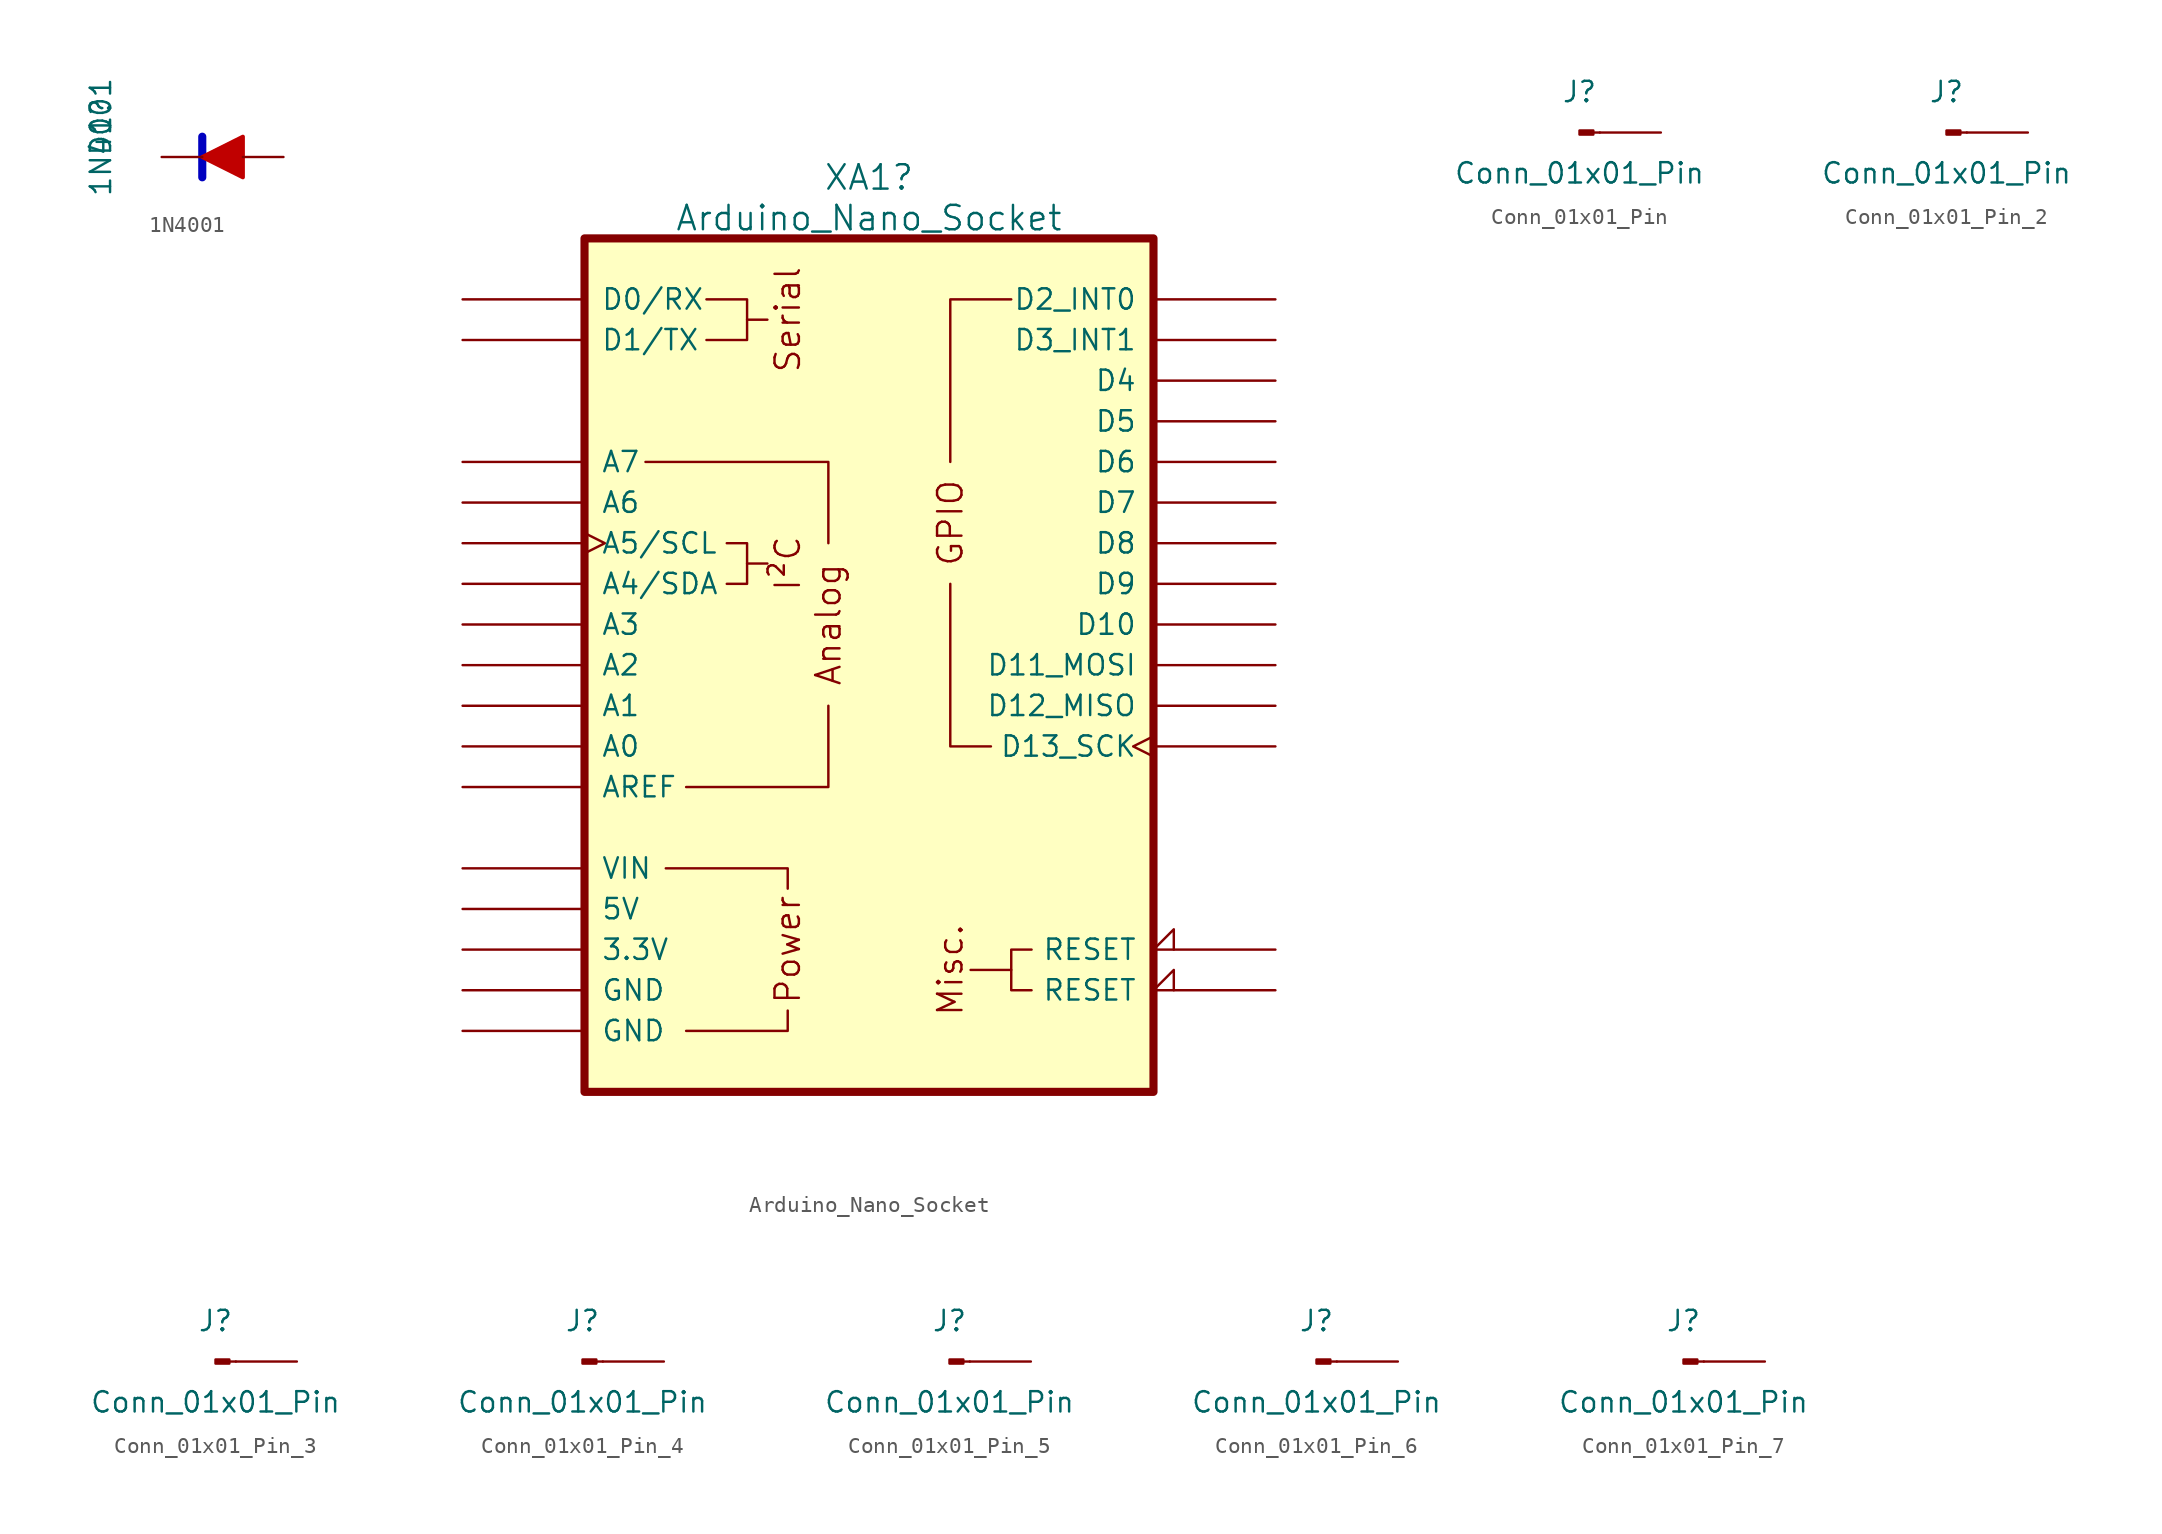
<source format=kicad_sym>
(kicad_symbol_lib
  (version 20231120)
  (generator "kicad_symbol_editor")
  (generator_version "8.0")
  (symbol "1N4001"
    (pin_numbers hide)
    (pin_names hide)
    (property "Reference" "D1"
      (at -7.62 0 90)
      (effects (font (size 1.27 1.27)) (justify left)))
    (property "Value" "1N4001"
      (at -7.62 -2.54 90)
      (effects (font (size 1.27 1.27)) (justify left)))
    (symbol "1N4001_0_1"
      (polyline (pts (xy 1.27 0) (xy -1.27 0)) (stroke (width 0) (type default)) (fill (type none))))
    (symbol "1N4001_1_1"
      (polyline (pts (xy -1.27 1.27) (xy -1.27 -1.27)) (stroke (width 0.508) (type default) (color 0 0 192 1)) (fill (type none)))
      (polyline (pts (xy 1.27 1.27) (xy 1.27 -1.27) (xy -1.27 0) (xy 1.27 1.27)) (stroke (width 0.254) (type default) (color 192 0 0 1)) (fill (type outline)))
      (pin passive line (at -3.81 0 0) (length 2.54) (name "K" (effects (font (size 1.27 1.27)))) (number "1" (effects (font (size 1.27 1.27)))))
      (pin passive line (at 3.81 0 180) (length 2.54) (name "A" (effects (font (size 1.27 1.27)))) (number "2" (effects (font (size 1.27 1.27)))))))
  (symbol "Arduino_Nano_Socket"
    (pin_numbers hide)
    (pin_names
      (offset 1.016))
    (property "Reference" "XA1"
      (at 0 30.48 0)
      (effects (font (size 1.524 1.524))))
    (property "Value" "Arduino_Nano_Socket"
      (at 0 27.94 0)
      (effects (font (size 1.524 1.524))))
    (symbol "Arduino_Nano_Socket_0_0"
      (polyline (pts (xy -7.62 6.35) (xy -6.35 6.35)) (stroke (width 0) (type default)) (fill (type none)))
      (polyline (pts (xy -7.62 21.59) (xy -6.35 21.59)) (stroke (width 0) (type default)) (fill (type none)))
      (polyline (pts (xy 8.89 -19.05) (xy 6.35 -19.05)) (stroke (width 0) (type default)) (fill (type none)))
      (polyline (pts (xy -11.43 -22.86) (xy -5.08 -22.86) (xy -5.08 -21.59)) (stroke (width 0) (type default)) (fill (type none)))
      (polyline (pts (xy -5.08 -13.97) (xy -5.08 -12.7) (xy -12.7 -12.7)) (stroke (width 0) (type default)) (fill (type none)))
      (polyline (pts (xy -10.16 22.86) (xy -7.62 22.86) (xy -7.62 20.32) (xy -10.16 20.32)) (stroke (width 0) (type default)) (fill (type none)))
      (polyline (pts (xy -8.89 7.62) (xy -7.62 7.62) (xy -7.62 5.08) (xy -8.89 5.08)) (stroke (width 0) (type default)) (fill (type none)))
      (text "Analog" (at -2.54 2.54 900) (effects (font (size 1.524 1.524))))
      (text "I²C" (at -5.08 6.35 900) (effects (font (size 1.524 1.524))))
      (text "Misc." (at 5.08 -19.05 900) (effects (font (size 1.524 1.524))))
      (text "Power" (at -5.08 -17.78 900) (effects (font (size 1.524 1.524))))
      (text "Serial" (at -5.08 21.59 900) (effects (font (size 1.524 1.524)))))
    (symbol "Arduino_Nano_Socket_0_1"
      (polyline (pts (xy -13.97 12.7) (xy -2.54 12.7) (xy -2.54 7.62)) (stroke (width 0) (type default)) (fill (type none)))
      (polyline (pts (xy -11.43 -7.62) (xy -2.54 -7.62) (xy -2.54 -2.54)) (stroke (width 0) (type default)) (fill (type none)))
      (polyline (pts (xy 7.62 -5.08) (xy 5.08 -5.08) (xy 5.08 5.08)) (stroke (width 0) (type default)) (fill (type none)))
      (polyline (pts (xy 8.89 22.86) (xy 5.08 22.86) (xy 5.08 12.7)) (stroke (width 0) (type default)) (fill (type none)))
      (polyline (pts (xy 10.16 -17.78) (xy 8.89 -17.78) (xy 8.89 -20.32) (xy 10.16 -20.32)) (stroke (width 0) (type default)) (fill (type none))))
    (symbol "Arduino_Nano_Socket_1_0"
      (rectangle (start -17.78 26.67) (end 17.78 -26.67) (stroke (width 0.508) (type default)) (fill (type background)))
      (text "GPIO" (at 5.08 8.89 900) (effects (font (size 1.524 1.524)))))
    (symbol "Arduino_Nano_Socket_1_1"
      (pin power_out line (at -25.4 -17.78 0) (length 7.62) (name "3.3V" (effects (font (size 1.27 1.27)))) (number "3V3" (effects (font (size 1.27 1.27)))))
      (pin power_in line (at -25.4 -15.24 0) (length 7.62) (name "5V" (effects (font (size 1.27 1.27)))) (number "5V" (effects (font (size 1.27 1.27)))))
      (pin bidirectional line (at -25.4 -5.08 0) (length 7.62) (name "A0" (effects (font (size 1.27 1.27)))) (number "A0" (effects (font (size 1.27 1.27)))))
      (pin bidirectional line (at -25.4 -2.54 0) (length 7.62) (name "A1" (effects (font (size 1.27 1.27)))) (number "A1" (effects (font (size 1.27 1.27)))))
      (pin bidirectional line (at -25.4 0 0) (length 7.62) (name "A2" (effects (font (size 1.27 1.27)))) (number "A2" (effects (font (size 1.27 1.27)))))
      (pin bidirectional line (at -25.4 2.54 0) (length 7.62) (name "A3" (effects (font (size 1.27 1.27)))) (number "A3" (effects (font (size 1.27 1.27)))))
      (pin bidirectional line (at -25.4 5.08 0) (length 7.62) (name "A4/SDA" (effects (font (size 1.27 1.27)))) (number "A4" (effects (font (size 1.27 1.27)))))
      (pin bidirectional clock (at -25.4 7.62 0) (length 7.62) (name "A5/SCL" (effects (font (size 1.27 1.27)))) (number "A5" (effects (font (size 1.27 1.27)))))
      (pin input line (at -25.4 10.16 0) (length 7.62) (name "A6" (effects (font (size 1.27 1.27)))) (number "A6" (effects (font (size 1.27 1.27)))))
      (pin input line (at -25.4 12.7 0) (length 7.62) (name "A7" (effects (font (size 1.27 1.27)))) (number "A7" (effects (font (size 1.27 1.27)))))
      (pin input line (at -25.4 -7.62 0) (length 7.62) (name "AREF" (effects (font (size 1.27 1.27)))) (number "AREF" (effects (font (size 1.27 1.27)))))
      (pin bidirectional line (at -25.4 22.86 0) (length 7.62) (name "D0/RX" (effects (font (size 1.27 1.27)))) (number "D0" (effects (font (size 1.27 1.27)))))
      (pin bidirectional line (at -25.4 20.32 0) (length 7.62) (name "D1/TX" (effects (font (size 1.27 1.27)))) (number "D1" (effects (font (size 1.27 1.27)))))
      (pin bidirectional line (at 25.4 2.54 180) (length 7.62) (name "D10" (effects (font (size 1.27 1.27)))) (number "D10" (effects (font (size 1.27 1.27)))))
      (pin bidirectional line (at 25.4 0 180) (length 7.62) (name "D11_MOSI" (effects (font (size 1.27 1.27)))) (number "D11" (effects (font (size 1.27 1.27)))))
      (pin bidirectional line (at 25.4 -2.54 180) (length 7.62) (name "D12_MISO" (effects (font (size 1.27 1.27)))) (number "D12" (effects (font (size 1.27 1.27)))))
      (pin bidirectional clock (at 25.4 -5.08 180) (length 7.62) (name "D13_SCK" (effects (font (size 1.27 1.27)))) (number "D13" (effects (font (size 1.27 1.27)))))
      (pin bidirectional line (at 25.4 22.86 180) (length 7.62) (name "D2_INT0" (effects (font (size 1.27 1.27)))) (number "D2" (effects (font (size 1.27 1.27)))))
      (pin bidirectional line (at 25.4 20.32 180) (length 7.62) (name "D3_INT1" (effects (font (size 1.27 1.27)))) (number "D3" (effects (font (size 1.27 1.27)))))
      (pin bidirectional line (at 25.4 17.78 180) (length 7.62) (name "D4" (effects (font (size 1.27 1.27)))) (number "D4" (effects (font (size 1.27 1.27)))))
      (pin bidirectional line (at 25.4 15.24 180) (length 7.62) (name "D5" (effects (font (size 1.27 1.27)))) (number "D5" (effects (font (size 1.27 1.27)))))
      (pin bidirectional line (at 25.4 12.7 180) (length 7.62) (name "D6" (effects (font (size 1.27 1.27)))) (number "D6" (effects (font (size 1.27 1.27)))))
      (pin bidirectional line (at 25.4 10.16 180) (length 7.62) (name "D7" (effects (font (size 1.27 1.27)))) (number "D7" (effects (font (size 1.27 1.27)))))
      (pin bidirectional line (at 25.4 7.62 180) (length 7.62) (name "D8" (effects (font (size 1.27 1.27)))) (number "D8" (effects (font (size 1.27 1.27)))))
      (pin bidirectional line (at 25.4 5.08 180) (length 7.62) (name "D9" (effects (font (size 1.27 1.27)))) (number "D9" (effects (font (size 1.27 1.27)))))
      (pin power_in line (at -25.4 -20.32 0) (length 7.62) (name "GND" (effects (font (size 1.27 1.27)))) (number "GND1" (effects (font (size 1.27 1.27)))))
      (pin power_in line (at -25.4 -22.86 0) (length 7.62) (name "GND" (effects (font (size 1.27 1.27)))) (number "GND2" (effects (font (size 1.27 1.27)))))
      (pin open_collector input_low (at 25.4 -17.78 180) (length 7.62) (name "RESET" (effects (font (size 1.27 1.27)))) (number "RST1" (effects (font (size 1.27 1.27)))))
      (pin open_collector input_low (at 25.4 -20.32 180) (length 7.62) (name "RESET" (effects (font (size 1.27 1.27)))) (number "RST2" (effects (font (size 1.27 1.27)))))
      (pin power_in line (at -25.4 -12.7 0) (length 7.62) (name "VIN" (effects (font (size 1.27 1.27)))) (number "VIN" (effects (font (size 1.27 1.27)))))))
  (symbol "Conn_01x01_Pin"
    (pin_numbers hide)
    (pin_names
      (offset 1.016) hide)
    (property "Reference" "J"
      (at 0 2.54 0)
      (effects (font (size 1.27 1.27))))
    (property "Value" "Conn_01x01_Pin"
      (at 0 -2.54 0)
      (effects (font (size 1.27 1.27))))
    (property "ki_locked" ""
      (at 0 0 0)
      (effects (font (size 1.27 1.27))))
    (symbol "Conn_01x01_Pin_1_1"
      (polyline (pts (xy 1.27 0) (xy 0.864 0)) (stroke (width 0.152) (type default)) (fill (type none)))
      (rectangle (start 0.864 0.127) (end 0 -0.127) (stroke (width 0.152) (type default)) (fill (type outline)))
      (pin passive line (at 5.08 0 180) (length 3.81) (name "Pin_1" (effects (font (size 1.27 1.27)))) (number "1" (effects (font (size 1.27 1.27)))))))
  (symbol "Conn_01x01_Pin_2"
    (pin_numbers hide)
    (pin_names
      (offset 1.016) hide)
    (property "Reference" "J"
      (at 0 2.54 0)
      (effects (font (size 1.27 1.27))))
    (property "Value" "Conn_01x01_Pin"
      (at 0 -2.54 0)
      (effects (font (size 1.27 1.27))))
    (property "ki_locked" ""
      (at 0 0 0)
      (effects (font (size 1.27 1.27))))
    (symbol "Conn_01x01_Pin_2_1_1"
      (polyline (pts (xy 1.27 0) (xy 0.864 0)) (stroke (width 0.152) (type default)) (fill (type none)))
      (rectangle (start 0.864 0.127) (end 0 -0.127) (stroke (width 0.152) (type default)) (fill (type outline)))
      (pin passive line (at 5.08 0 180) (length 3.81) (name "Pin_1" (effects (font (size 1.27 1.27)))) (number "1" (effects (font (size 1.27 1.27)))))))
  (symbol "Conn_01x01_Pin_3"
    (pin_numbers hide)
    (pin_names
      (offset 1.016) hide)
    (property "Reference" "J"
      (at 0 2.54 0)
      (effects (font (size 1.27 1.27))))
    (property "Value" "Conn_01x01_Pin"
      (at 0 -2.54 0)
      (effects (font (size 1.27 1.27))))
    (property "ki_locked" ""
      (at 0 0 0)
      (effects (font (size 1.27 1.27))))
    (symbol "Conn_01x01_Pin_3_1_1"
      (polyline (pts (xy 1.27 0) (xy 0.864 0)) (stroke (width 0.152) (type default)) (fill (type none)))
      (rectangle (start 0.864 0.127) (end 0 -0.127) (stroke (width 0.152) (type default)) (fill (type outline)))
      (pin passive line (at 5.08 0 180) (length 3.81) (name "Pin_1" (effects (font (size 1.27 1.27)))) (number "1" (effects (font (size 1.27 1.27)))))))
  (symbol "Conn_01x01_Pin_4"
    (pin_numbers hide)
    (pin_names
      (offset 1.016) hide)
    (property "Reference" "J"
      (at 0 2.54 0)
      (effects (font (size 1.27 1.27))))
    (property "Value" "Conn_01x01_Pin"
      (at 0 -2.54 0)
      (effects (font (size 1.27 1.27))))
    (property "ki_locked" ""
      (at 0 0 0)
      (effects (font (size 1.27 1.27))))
    (symbol "Conn_01x01_Pin_4_1_1"
      (polyline (pts (xy 1.27 0) (xy 0.864 0)) (stroke (width 0.152) (type default)) (fill (type none)))
      (rectangle (start 0.864 0.127) (end 0 -0.127) (stroke (width 0.152) (type default)) (fill (type outline)))
      (pin passive line (at 5.08 0 180) (length 3.81) (name "Pin_1" (effects (font (size 1.27 1.27)))) (number "1" (effects (font (size 1.27 1.27)))))))
  (symbol "Conn_01x01_Pin_5"
    (pin_numbers hide)
    (pin_names
      (offset 1.016) hide)
    (property "Reference" "J"
      (at 0 2.54 0)
      (effects (font (size 1.27 1.27))))
    (property "Value" "Conn_01x01_Pin"
      (at 0 -2.54 0)
      (effects (font (size 1.27 1.27))))
    (property "ki_locked" ""
      (at 0 0 0)
      (effects (font (size 1.27 1.27))))
    (symbol "Conn_01x01_Pin_5_1_1"
      (polyline (pts (xy 1.27 0) (xy 0.864 0)) (stroke (width 0.152) (type default)) (fill (type none)))
      (rectangle (start 0.864 0.127) (end 0 -0.127) (stroke (width 0.152) (type default)) (fill (type outline)))
      (pin passive line (at 5.08 0 180) (length 3.81) (name "Pin_1" (effects (font (size 1.27 1.27)))) (number "1" (effects (font (size 1.27 1.27)))))))
  (symbol "Conn_01x01_Pin_6"
    (pin_numbers hide)
    (pin_names
      (offset 1.016) hide)
    (property "Reference" "J"
      (at 0 2.54 0)
      (effects (font (size 1.27 1.27))))
    (property "Value" "Conn_01x01_Pin"
      (at 0 -2.54 0)
      (effects (font (size 1.27 1.27))))
    (property "ki_locked" ""
      (at 0 0 0)
      (effects (font (size 1.27 1.27))))
    (symbol "Conn_01x01_Pin_6_1_1"
      (polyline (pts (xy 1.27 0) (xy 0.864 0)) (stroke (width 0.152) (type default)) (fill (type none)))
      (rectangle (start 0.864 0.127) (end 0 -0.127) (stroke (width 0.152) (type default)) (fill (type outline)))
      (pin passive line (at 5.08 0 180) (length 3.81) (name "Pin_1" (effects (font (size 1.27 1.27)))) (number "1" (effects (font (size 1.27 1.27)))))))
  (symbol "Conn_01x01_Pin_7"
    (pin_numbers hide)
    (pin_names
      (offset 1.016) hide)
    (property "Reference" "J"
      (at 0 2.54 0)
      (effects (font (size 1.27 1.27))))
    (property "Value" "Conn_01x01_Pin"
      (at 0 -2.54 0)
      (effects (font (size 1.27 1.27))))
    (property "ki_locked" ""
      (at 0 0 0)
      (effects (font (size 1.27 1.27))))
    (symbol "Conn_01x01_Pin_7_1_1"
      (polyline (pts (xy 1.27 0) (xy 0.864 0)) (stroke (width 0.152) (type default)) (fill (type none)))
      (rectangle (start 0.864 0.127) (end 0 -0.127) (stroke (width 0.152) (type default)) (fill (type outline)))
      (pin passive line (at 5.08 0 180) (length 3.81) (name "Pin_1" (effects (font (size 1.27 1.27)))) (number "1" (effects (font (size 1.27 1.27))))))))
</source>
